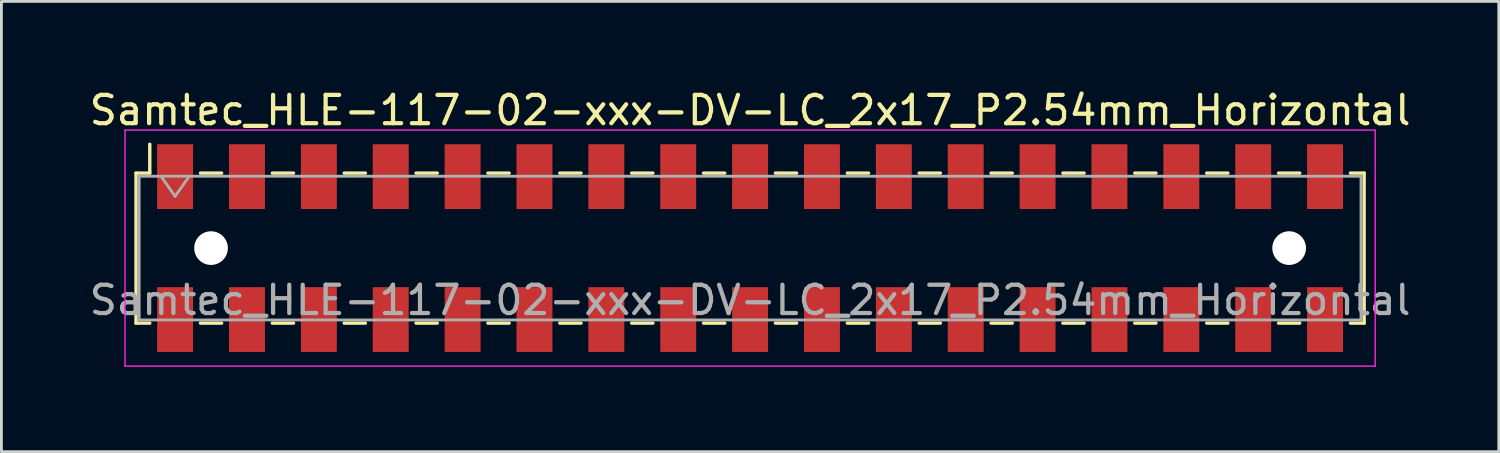
<source format=kicad_pcb>
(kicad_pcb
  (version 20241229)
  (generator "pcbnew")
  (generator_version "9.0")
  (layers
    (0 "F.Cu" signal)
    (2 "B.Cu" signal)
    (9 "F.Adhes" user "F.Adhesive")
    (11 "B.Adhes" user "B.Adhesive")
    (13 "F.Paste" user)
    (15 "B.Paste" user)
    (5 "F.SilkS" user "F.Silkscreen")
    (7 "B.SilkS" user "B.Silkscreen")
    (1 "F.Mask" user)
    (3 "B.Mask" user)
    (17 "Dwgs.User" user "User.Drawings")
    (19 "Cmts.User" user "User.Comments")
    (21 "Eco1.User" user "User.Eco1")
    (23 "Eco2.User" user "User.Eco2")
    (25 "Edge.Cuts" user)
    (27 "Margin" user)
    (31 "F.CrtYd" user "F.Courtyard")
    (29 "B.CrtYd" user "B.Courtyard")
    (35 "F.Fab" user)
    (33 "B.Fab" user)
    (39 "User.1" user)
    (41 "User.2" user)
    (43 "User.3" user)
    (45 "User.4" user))
  (footprint "Samtec_HLE-117-02-xxx-DV-LC_2x17_P2.54mm_Horizontal"
    (layer "F.Cu")
    (at 23.458 5.718)
    (property "Reference" "Samtec_HLE-117-02-xxx-DV-LC_2x17_P2.54mm_Horizontal" (at 0 -4.87 0) (layer "F.SilkS") (effects (font (size 1 1) (thickness 0.15))))
    (attr smd)
    (fp_line (start -21.7 -2.65) (end -21.7 2.65) (stroke (width 0.12) (type solid)) (layer "F.SilkS"))
    (fp_line (start -21.7 2.65) (end -21.215 2.65) (stroke (width 0.12) (type solid)) (layer "F.SilkS"))
    (fp_line (start -21.215 -3.67) (end -21.215 -2.65) (stroke (width 0.12) (type solid)) (layer "F.SilkS"))
    (fp_line (start -21.215 -2.65) (end -21.7 -2.65) (stroke (width 0.12) (type solid)) (layer "F.SilkS"))
    (fp_line (start -19.425 -2.65) (end -18.675 -2.65) (stroke (width 0.12) (type solid)) (layer "F.SilkS"))
    (fp_line (start -19.425 2.65) (end -18.675 2.65) (stroke (width 0.12) (type solid)) (layer "F.SilkS"))
    (fp_line (start -16.885 -2.65) (end -16.135 -2.65) (stroke (width 0.12) (type solid)) (layer "F.SilkS"))
    (fp_line (start -16.885 2.65) (end -16.135 2.65) (stroke (width 0.12) (type solid)) (layer "F.SilkS"))
    (fp_line (start -14.345 -2.65) (end -13.595 -2.65) (stroke (width 0.12) (type solid)) (layer "F.SilkS"))
    (fp_line (start -14.345 2.65) (end -13.595 2.65) (stroke (width 0.12) (type solid)) (layer "F.SilkS"))
    (fp_line (start -11.805 -2.65) (end -11.055 -2.65) (stroke (width 0.12) (type solid)) (layer "F.SilkS"))
    (fp_line (start -11.805 2.65) (end -11.055 2.65) (stroke (width 0.12) (type solid)) (layer "F.SilkS"))
    (fp_line (start -9.265 -2.65) (end -8.515 -2.65) (stroke (width 0.12) (type solid)) (layer "F.SilkS"))
    (fp_line (start -9.265 2.65) (end -8.515 2.65) (stroke (width 0.12) (type solid)) (layer "F.SilkS"))
    (fp_line (start -6.725 -2.65) (end -5.975 -2.65) (stroke (width 0.12) (type solid)) (layer "F.SilkS"))
    (fp_line (start -6.725 2.65) (end -5.975 2.65) (stroke (width 0.12) (type solid)) (layer "F.SilkS"))
    (fp_line (start -4.185 -2.65) (end -3.435 -2.65) (stroke (width 0.12) (type solid)) (layer "F.SilkS"))
    (fp_line (start -4.185 2.65) (end -3.435 2.65) (stroke (width 0.12) (type solid)) (layer "F.SilkS"))
    (fp_line (start -1.645 -2.65) (end -0.895 -2.65) (stroke (width 0.12) (type solid)) (layer "F.SilkS"))
    (fp_line (start -1.645 2.65) (end -0.895 2.65) (stroke (width 0.12) (type solid)) (layer "F.SilkS"))
    (fp_line (start 0.895 -2.65) (end 1.645 -2.65) (stroke (width 0.12) (type solid)) (layer "F.SilkS"))
    (fp_line (start 0.895 2.65) (end 1.645 2.65) (stroke (width 0.12) (type solid)) (layer "F.SilkS"))
    (fp_line (start 3.435 -2.65) (end 4.185 -2.65) (stroke (width 0.12) (type solid)) (layer "F.SilkS"))
    (fp_line (start 3.435 2.65) (end 4.185 2.65) (stroke (width 0.12) (type solid)) (layer "F.SilkS"))
    (fp_line (start 5.975 -2.65) (end 6.725 -2.65) (stroke (width 0.12) (type solid)) (layer "F.SilkS"))
    (fp_line (start 5.975 2.65) (end 6.725 2.65) (stroke (width 0.12) (type solid)) (layer "F.SilkS"))
    (fp_line (start 8.515 -2.65) (end 9.265 -2.65) (stroke (width 0.12) (type solid)) (layer "F.SilkS"))
    (fp_line (start 8.515 2.65) (end 9.265 2.65) (stroke (width 0.12) (type solid)) (layer "F.SilkS"))
    (fp_line (start 11.055 -2.65) (end 11.805 -2.65) (stroke (width 0.12) (type solid)) (layer "F.SilkS"))
    (fp_line (start 11.055 2.65) (end 11.805 2.65) (stroke (width 0.12) (type solid)) (layer "F.SilkS"))
    (fp_line (start 13.595 -2.65) (end 14.345 -2.65) (stroke (width 0.12) (type solid)) (layer "F.SilkS"))
    (fp_line (start 13.595 2.65) (end 14.345 2.65) (stroke (width 0.12) (type solid)) (layer "F.SilkS"))
    (fp_line (start 16.135 -2.65) (end 16.885 -2.65) (stroke (width 0.12) (type solid)) (layer "F.SilkS"))
    (fp_line (start 16.135 2.65) (end 16.885 2.65) (stroke (width 0.12) (type solid)) (layer "F.SilkS"))
    (fp_line (start 18.675 -2.65) (end 19.425 -2.65) (stroke (width 0.12) (type solid)) (layer "F.SilkS"))
    (fp_line (start 18.675 2.65) (end 19.425 2.65) (stroke (width 0.12) (type solid)) (layer "F.SilkS"))
    (fp_line (start 21.215 -2.65) (end 21.7 -2.65) (stroke (width 0.12) (type solid)) (layer "F.SilkS"))
    (fp_line (start 21.7 -2.65) (end 21.7 2.65) (stroke (width 0.12) (type solid)) (layer "F.SilkS"))
    (fp_line (start 21.7 2.65) (end 21.215 2.65) (stroke (width 0.12) (type solid)) (layer "F.SilkS"))
    (fp_line (start -22.09 -4.17) (end 22.09 -4.17) (stroke (width 0.05) (type solid)) (layer "F.CrtYd"))
    (fp_line (start -22.09 4.17) (end -22.09 -4.17) (stroke (width 0.05) (type solid)) (layer "F.CrtYd"))
    (fp_line (start 22.09 -4.17) (end 22.09 4.17) (stroke (width 0.05) (type solid)) (layer "F.CrtYd"))
    (fp_line (start 22.09 4.17) (end -22.09 4.17) (stroke (width 0.05) (type solid)) (layer "F.CrtYd"))
    (fp_line (start -21.59 -2.54) (end 21.59 -2.54) (stroke (width 0.1) (type solid)) (layer "F.Fab"))
    (fp_line (start -21.59 2.54) (end -21.59 -2.54) (stroke (width 0.1) (type solid)) (layer "F.Fab"))
    (fp_line (start -20.82 -2.54) (end -20.32 -1.833) (stroke (width 0.1) (type solid)) (layer "F.Fab"))
    (fp_line (start -20.32 -1.833) (end -19.82 -2.54) (stroke (width 0.1) (type solid)) (layer "F.Fab"))
    (fp_line (start 21.59 -2.54) (end 21.59 2.54) (stroke (width 0.1) (type solid)) (layer "F.Fab"))
    (fp_line (start 21.59 2.54) (end -21.59 2.54) (stroke (width 0.1) (type solid)) (layer "F.Fab"))
    (fp_text user "${REFERENCE}" (at 0 1.84 0) (layer "F.Fab") (effects (font (size 1 1) (thickness 0.15))))
    (pad "" np_thru_hole circle (at -19.05 0) (size 1.19 1.19) (drill 1.19) (layers "*.Cu" "*.Mask"))
    (pad "" np_thru_hole circle (at 19.05 0) (size 1.19 1.19) (drill 1.19) (layers "*.Cu" "*.Mask"))
    (pad "1" smd rect (at -20.32 -2.525) (size 1.27 2.29) (layers "F.Cu" "F.Mask" "F.Paste"))
    (pad "2" smd rect (at -20.32 2.525) (size 1.27 2.29) (layers "F.Cu" "F.Mask" "F.Paste"))
    (pad "3" smd rect (at -17.78 -2.525) (size 1.27 2.29) (layers "F.Cu" "F.Mask" "F.Paste"))
    (pad "4" smd rect (at -17.78 2.525) (size 1.27 2.29) (layers "F.Cu" "F.Mask" "F.Paste"))
    (pad "5" smd rect (at -15.24 -2.525) (size 1.27 2.29) (layers "F.Cu" "F.Mask" "F.Paste"))
    (pad "6" smd rect (at -15.24 2.525) (size 1.27 2.29) (layers "F.Cu" "F.Mask" "F.Paste"))
    (pad "7" smd rect (at -12.7 -2.525) (size 1.27 2.29) (layers "F.Cu" "F.Mask" "F.Paste"))
    (pad "8" smd rect (at -12.7 2.525) (size 1.27 2.29) (layers "F.Cu" "F.Mask" "F.Paste"))
    (pad "9" smd rect (at -10.16 -2.525) (size 1.27 2.29) (layers "F.Cu" "F.Mask" "F.Paste"))
    (pad "10" smd rect (at -10.16 2.525) (size 1.27 2.29) (layers "F.Cu" "F.Mask" "F.Paste"))
    (pad "11" smd rect (at -7.62 -2.525) (size 1.27 2.29) (layers "F.Cu" "F.Mask" "F.Paste"))
    (pad "12" smd rect (at -7.62 2.525) (size 1.27 2.29) (layers "F.Cu" "F.Mask" "F.Paste"))
    (pad "13" smd rect (at -5.08 -2.525) (size 1.27 2.29) (layers "F.Cu" "F.Mask" "F.Paste"))
    (pad "14" smd rect (at -5.08 2.525) (size 1.27 2.29) (layers "F.Cu" "F.Mask" "F.Paste"))
    (pad "15" smd rect (at -2.54 -2.525) (size 1.27 2.29) (layers "F.Cu" "F.Mask" "F.Paste"))
    (pad "16" smd rect (at -2.54 2.525) (size 1.27 2.29) (layers "F.Cu" "F.Mask" "F.Paste"))
    (pad "17" smd rect (at 0 -2.525) (size 1.27 2.29) (layers "F.Cu" "F.Mask" "F.Paste"))
    (pad "18" smd rect (at 0 2.525) (size 1.27 2.29) (layers "F.Cu" "F.Mask" "F.Paste"))
    (pad "19" smd rect (at 2.54 -2.525) (size 1.27 2.29) (layers "F.Cu" "F.Mask" "F.Paste"))
    (pad "20" smd rect (at 2.54 2.525) (size 1.27 2.29) (layers "F.Cu" "F.Mask" "F.Paste"))
    (pad "21" smd rect (at 5.08 -2.525) (size 1.27 2.29) (layers "F.Cu" "F.Mask" "F.Paste"))
    (pad "22" smd rect (at 5.08 2.525) (size 1.27 2.29) (layers "F.Cu" "F.Mask" "F.Paste"))
    (pad "23" smd rect (at 7.62 -2.525) (size 1.27 2.29) (layers "F.Cu" "F.Mask" "F.Paste"))
    (pad "24" smd rect (at 7.62 2.525) (size 1.27 2.29) (layers "F.Cu" "F.Mask" "F.Paste"))
    (pad "25" smd rect (at 10.16 -2.525) (size 1.27 2.29) (layers "F.Cu" "F.Mask" "F.Paste"))
    (pad "26" smd rect (at 10.16 2.525) (size 1.27 2.29) (layers "F.Cu" "F.Mask" "F.Paste"))
    (pad "27" smd rect (at 12.7 -2.525) (size 1.27 2.29) (layers "F.Cu" "F.Mask" "F.Paste"))
    (pad "28" smd rect (at 12.7 2.525) (size 1.27 2.29) (layers "F.Cu" "F.Mask" "F.Paste"))
    (pad "29" smd rect (at 15.24 -2.525) (size 1.27 2.29) (layers "F.Cu" "F.Mask" "F.Paste"))
    (pad "30" smd rect (at 15.24 2.525) (size 1.27 2.29) (layers "F.Cu" "F.Mask" "F.Paste"))
    (pad "31" smd rect (at 17.78 -2.525) (size 1.27 2.29) (layers "F.Cu" "F.Mask" "F.Paste"))
    (pad "32" smd rect (at 17.78 2.525) (size 1.27 2.29) (layers "F.Cu" "F.Mask" "F.Paste"))
    (pad "33" smd rect (at 20.32 -2.525) (size 1.27 2.29) (layers "F.Cu" "F.Mask" "F.Paste"))
    (pad "34" smd rect (at 20.32 2.525) (size 1.27 2.29) (layers "F.Cu" "F.Mask" "F.Paste")))
  (gr_rect
    (start -3 -3)
    (end 49.917 12.913)
    (stroke (width 0.1) (type default))
    (fill no)
    (layer "Edge.Cuts")))
</source>
